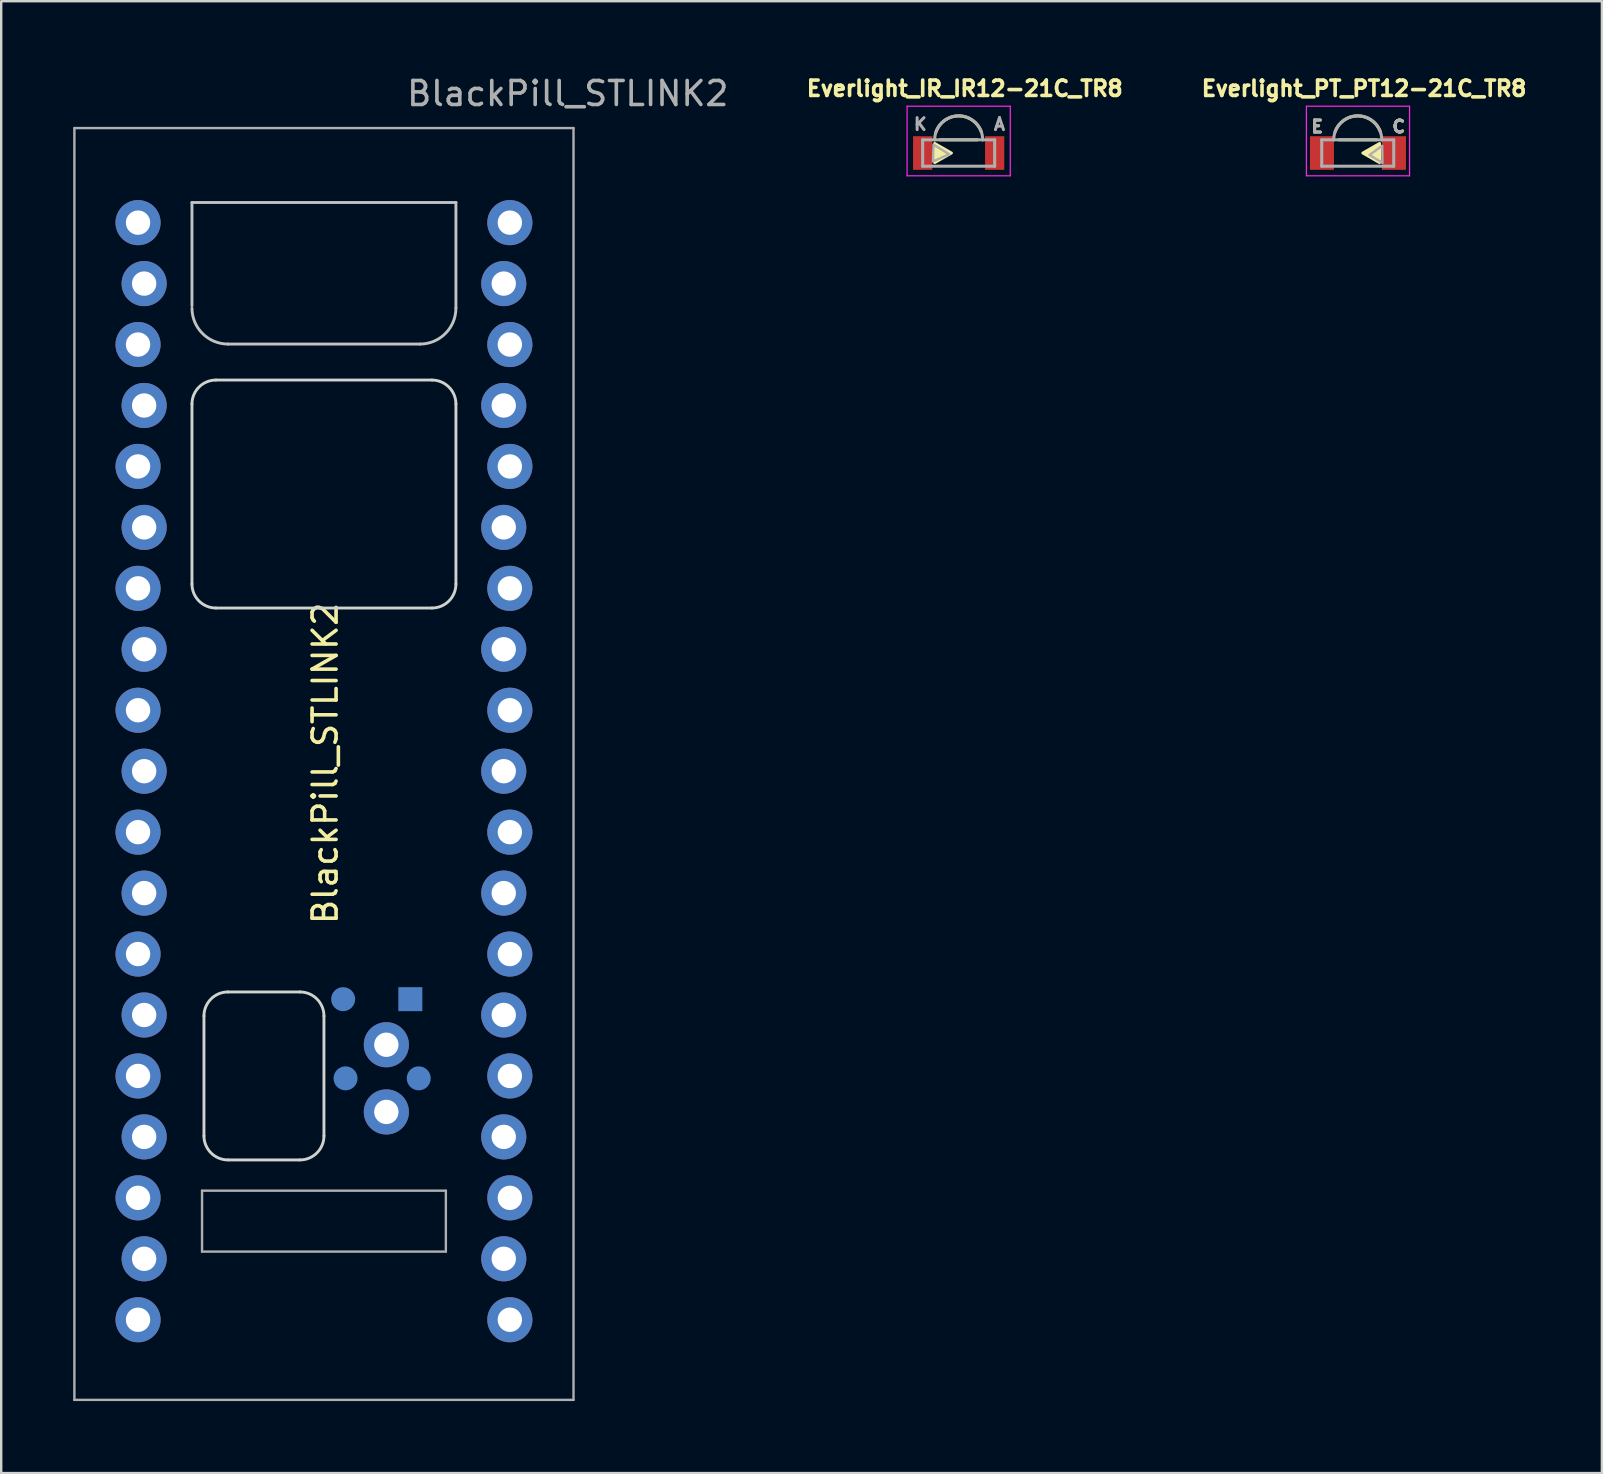
<source format=kicad_pcb>
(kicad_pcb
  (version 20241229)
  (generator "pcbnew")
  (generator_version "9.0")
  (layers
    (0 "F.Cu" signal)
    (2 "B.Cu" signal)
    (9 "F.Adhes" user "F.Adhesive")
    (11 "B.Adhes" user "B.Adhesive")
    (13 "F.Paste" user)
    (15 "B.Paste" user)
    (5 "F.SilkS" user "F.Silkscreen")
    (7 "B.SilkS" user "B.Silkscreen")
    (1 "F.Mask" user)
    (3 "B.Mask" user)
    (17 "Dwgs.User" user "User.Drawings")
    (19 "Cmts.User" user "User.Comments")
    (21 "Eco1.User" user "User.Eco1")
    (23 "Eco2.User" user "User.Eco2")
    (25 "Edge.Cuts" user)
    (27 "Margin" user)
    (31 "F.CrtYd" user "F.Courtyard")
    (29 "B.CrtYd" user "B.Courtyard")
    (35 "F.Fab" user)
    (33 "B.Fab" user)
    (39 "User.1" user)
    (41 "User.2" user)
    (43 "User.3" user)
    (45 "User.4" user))
  (footprint "Everlight_PT_PT12-21C_TR8"
    (layer "F.Cu")
    (at 53.541 3.327)
    (property "Reference" "Everlight_PT_PT12-21C_TR8" (at 0.253 -2.689 0) (layer "F.SilkS") (effects (font (size 0.64 0.64) (thickness 0.15))))
    (attr through_hole)
    (fp_line (start 0.77 -0.55) (end -0.79 -0.55) (stroke (width 0.127) (type solid)) (layer "F.SilkS"))
    (fp_arc (start -0.955 -0.88) (mid -0.01 -1.54786) (end 0.935 -0.88) (stroke (width 0.127) (type solid)) (layer "F.SilkS"))
    (fp_poly (pts (xy 0.9 0.4) (xy 0.2 0) (xy 0.9 -0.4)) (stroke (width 0.12) (type solid)) (fill yes) (layer "F.SilkS"))
    (fp_line (start -2.15 -1.95) (end -2.15 0.95) (stroke (width 0.05) (type solid)) (layer "F.CrtYd"))
    (fp_line (start -2.15 0.95) (end 2.15 0.95) (stroke (width 0.05) (type solid)) (layer "F.CrtYd"))
    (fp_line (start 2.15 -1.95) (end -2.15 -1.95) (stroke (width 0.05) (type solid)) (layer "F.CrtYd"))
    (fp_line (start 2.15 0.95) (end 2.15 -1.95) (stroke (width 0.05) (type solid)) (layer "F.CrtYd"))
    (fp_line (start -1.51 -0.55) (end -1.51 0.55) (stroke (width 0.127) (type solid)) (layer "F.Fab"))
    (fp_line (start -1.51 0.55) (end 1.49 0.55) (stroke (width 0.127) (type solid)) (layer "F.Fab"))
    (fp_line (start -1.01 -0.55) (end -1.51 -0.55) (stroke (width 0.127) (type solid)) (layer "F.Fab"))
    (fp_line (start 0.99 -0.55) (end -1.01 -0.55) (stroke (width 0.127) (type solid)) (layer "F.Fab"))
    (fp_line (start 1.49 -0.55) (end 0.99 -0.55) (stroke (width 0.127) (type solid)) (layer "F.Fab"))
    (fp_line (start 1.49 0.55) (end 1.49 -0.55) (stroke (width 0.127) (type solid)) (layer "F.Fab"))
    (fp_arc (start -1.01 -0.55) (mid -0.01 -1.55) (end 0.99 -0.55) (stroke (width 0.127) (type solid)) (layer "F.Fab"))
    (fp_poly (pts (xy 0.48 0.08) (xy 1.02 0.41) (xy 1.01 -0.3)) (stroke (width 0.1) (type solid)) (fill no) (layer "F.Fab"))
    (fp_text user "C" (at 1.7 -1.1 0) (unlocked yes) (layer "F.SilkS") (effects (font (size 0.5 0.5) (thickness 0.125))))
    (fp_text user "E" (at -1.7 -1.1 0) (unlocked yes) (layer "F.SilkS") (effects (font (size 0.5 0.5) (thickness 0.125))))
    (fp_text user "E" (at -1.7 -1.1 0) (unlocked yes) (layer "F.Fab") (effects (font (size 0.5 0.5) (thickness 0.125))))
    (fp_text user "C" (at 1.7 -1.1 0) (unlocked yes) (layer "F.Fab") (effects (font (size 0.5 0.5) (thickness 0.125))))
    (pad "1" smd rect (at 1.5 0) (size 1 1.4) (layers "F.Cu" "F.Mask" "F.Paste"))
    (pad "2" smd rect (at -1.5 0) (size 1 1.4) (layers "F.Cu" "F.Mask" "F.Paste")))
  (footprint "Everlight_IR_IR12-21C_TR8"
    (layer "F.Cu")
    (at 36.901 3.327)
    (property "Reference" "Everlight_IR_IR12-21C_TR8" (at 0.253 -2.689 0) (layer "F.SilkS") (effects (font (size 0.64 0.64) (thickness 0.15))))
    (attr through_hole)
    (fp_line (start 0.78 -0.55) (end -0.78 -0.55) (stroke (width 0.127) (type solid)) (layer "F.SilkS"))
    (fp_arc (start -0.945 -0.88) (mid 0 -1.54786) (end 0.945 -0.88) (stroke (width 0.127) (type solid)) (layer "F.SilkS"))
    (fp_poly (pts (xy -0.3 0) (xy -1 0.4) (xy -1 -0.4)) (stroke (width 0.12) (type solid)) (fill yes) (layer "F.SilkS"))
    (fp_line (start -2.15 -1.95) (end -2.15 0.95) (stroke (width 0.05) (type solid)) (layer "F.CrtYd"))
    (fp_line (start -2.15 0.95) (end 2.15 0.95) (stroke (width 0.05) (type solid)) (layer "F.CrtYd"))
    (fp_line (start 2.15 -1.95) (end -2.15 -1.95) (stroke (width 0.05) (type solid)) (layer "F.CrtYd"))
    (fp_line (start 2.15 0.95) (end 2.15 -1.95) (stroke (width 0.05) (type solid)) (layer "F.CrtYd"))
    (fp_line (start -1.5 -0.55) (end -1.5 0.55) (stroke (width 0.127) (type solid)) (layer "F.Fab"))
    (fp_line (start -1.5 0.55) (end 1.5 0.55) (stroke (width 0.127) (type solid)) (layer "F.Fab"))
    (fp_line (start -1 -0.55) (end -1.5 -0.55) (stroke (width 0.127) (type solid)) (layer "F.Fab"))
    (fp_line (start 1 -0.55) (end -1 -0.55) (stroke (width 0.127) (type solid)) (layer "F.Fab"))
    (fp_line (start 1.5 -0.55) (end 1 -0.55) (stroke (width 0.127) (type solid)) (layer "F.Fab"))
    (fp_line (start 1.5 0.55) (end 1.5 -0.55) (stroke (width 0.127) (type solid)) (layer "F.Fab"))
    (fp_arc (start -1 -0.55) (mid 0 -1.55) (end 1 -0.55) (stroke (width 0.127) (type solid)) (layer "F.Fab"))
    (fp_poly (pts (xy -1.07 0.35) (xy -0.4 0.05) (xy -1.05 -0.35)) (stroke (width 0.1) (type solid)) (fill no) (layer "F.Fab"))
    (fp_text user "A" (at 1.7 -1.2 0) (unlocked yes) (layer "F.Fab") (effects (font (size 0.5 0.5) (thickness 0.125))))
    (fp_text user "K" (at -1.6 -1.2 0) (unlocked yes) (layer "F.Fab") (effects (font (size 0.5 0.5) (thickness 0.125))))
    (pad "1" smd rect (at -1.5 0) (size 0.8 1.4) (layers "F.Cu" "F.Mask" "F.Paste"))
    (pad "2" smd rect (at 1.5 0) (size 0.8 1.4) (layers "F.Cu" "F.Mask" "F.Paste")))
  (footprint "BlackPill_STLINK2"
    (layer "F.Cu")
    (at 10.45 28.788)
    (property "Reference" "BlackPill_STLINK2" (at 0.05 -0.025 90) (layer "F.SilkS") (effects (font (size 1 1) (thickness 0.15))))
    (attr through_hole)
    (fp_line (start -5.5 -19.1) (end -5.5 -23.4) (stroke (width 0.12) (type solid)) (layer "Dwgs.User"))
    (fp_line (start -4 -17.5) (end 4 -17.5) (stroke (width 0.12) (type solid)) (layer "Dwgs.User"))
    (fp_line (start 5.5 -23.4) (end -5.5 -23.4) (stroke (width 0.12) (type solid)) (layer "Dwgs.User"))
    (fp_line (start 5.5 -19) (end 5.5 -23.4) (stroke (width 0.12) (type solid)) (layer "Dwgs.User"))
    (fp_arc (start -4 -17.5) (mid -5.06066 -17.93934) (end -5.5 -19) (stroke (width 0.12) (type solid)) (layer "Dwgs.User"))
    (fp_arc (start 5.5 -19) (mid 5.06066 -17.93934) (end 4 -17.5) (stroke (width 0.12) (type solid)) (layer "Dwgs.User"))
    (fp_line (start -5.5 -7.5) (end -5.5 -15) (stroke (width 0.12) (type solid)) (layer "Edge.Cuts"))
    (fp_line (start -5 15.5) (end -5 10.5) (stroke (width 0.12) (type solid)) (layer "Edge.Cuts"))
    (fp_line (start -4.5 -16) (end 4.5 -16) (stroke (width 0.12) (type solid)) (layer "Edge.Cuts"))
    (fp_line (start -4 9.5) (end -1 9.5) (stroke (width 0.12) (type solid)) (layer "Edge.Cuts"))
    (fp_line (start -1 16.5) (end -4 16.5) (stroke (width 0.12) (type solid)) (layer "Edge.Cuts"))
    (fp_line (start 0 10.5) (end 0 15.5) (stroke (width 0.12) (type solid)) (layer "Edge.Cuts"))
    (fp_line (start 4.5 -6.5) (end -4.5 -6.5) (stroke (width 0.12) (type solid)) (layer "Edge.Cuts"))
    (fp_line (start 5.5 -15) (end 5.5 -7.5) (stroke (width 0.12) (type solid)) (layer "Edge.Cuts"))
    (fp_arc (start -5.5 -15) (mid -5.207107 -15.707107) (end -4.5 -16) (stroke (width 0.12) (type solid)) (layer "Edge.Cuts"))
    (fp_arc (start -5 10.5) (mid -4.707107 9.792893) (end -4 9.5) (stroke (width 0.12) (type solid)) (layer "Edge.Cuts"))
    (fp_arc (start -4.5 -6.5) (mid -5.207107 -6.792893) (end -5.5 -7.5) (stroke (width 0.12) (type solid)) (layer "Edge.Cuts"))
    (fp_arc (start -4 16.5) (mid -4.707107 16.207107) (end -5 15.5) (stroke (width 0.12) (type solid)) (layer "Edge.Cuts"))
    (fp_arc (start -1 9.5) (mid -0.292893 9.792893) (end 0 10.5) (stroke (width 0.12) (type solid)) (layer "Edge.Cuts"))
    (fp_arc (start 0 15.5) (mid -0.292893 16.207107) (end -1 16.5) (stroke (width 0.12) (type solid)) (layer "Edge.Cuts"))
    (fp_arc (start 4.5 -16) (mid 5.207107 -15.707107) (end 5.5 -15) (stroke (width 0.12) (type solid)) (layer "Edge.Cuts"))
    (fp_arc (start 5.5 -7.5) (mid 5.207107 -6.792893) (end 4.5 -6.5) (stroke (width 0.12) (type solid)) (layer "Edge.Cuts"))
    (fp_line (start -10.4 -26.5) (end -10.4 26.5) (stroke (width 0.1) (type solid)) (layer "F.Fab"))
    (fp_line (start -10.4 26.5) (end 10.4 26.5) (stroke (width 0.1) (type solid)) (layer "F.Fab"))
    (fp_line (start -5.08 17.78) (end 5.08 17.78) (stroke (width 0.1) (type solid)) (layer "F.Fab"))
    (fp_line (start -5.08 20.32) (end -5.08 17.78) (stroke (width 0.1) (type solid)) (layer "F.Fab"))
    (fp_line (start 5.08 17.78) (end 5.08 20.32) (stroke (width 0.1) (type solid)) (layer "F.Fab"))
    (fp_line (start 5.08 20.32) (end -5.08 20.32) (stroke (width 0.1) (type solid)) (layer "F.Fab"))
    (fp_line (start 10.4 -26.5) (end -10.4 -26.5) (stroke (width 0.1) (type solid)) (layer "F.Fab"))
    (fp_line (start 10.4 26.5) (end 10.4 -26.5) (stroke (width 0.1) (type solid)) (layer "F.Fab"))
    (fp_text user "${REFERENCE}" (at 10.16 -27.94 180) (layer "F.Fab") (effects (font (size 1 1) (thickness 0.15))))
    (pad "1" thru_hole circle (at 2.6 11.7 270) (size 1.88 1.88) (drill 1.016) (layers "*.Cu" "*.Mask"))
    (pad "2" thru_hole circle (at -7.747 -22.56 270) (size 1.88 1.88) (drill 1.016) (layers "*.Cu" "*.Mask"))
    (pad "3" thru_hole circle (at -7.493 -20.02 270) (size 1.88 1.88) (drill 1.016) (layers "*.Cu" "*.Mask"))
    (pad "4" thru_hole circle (at -7.747 -17.48 270) (size 1.88 1.88) (drill 1.016) (layers "*.Cu" "*.Mask"))
    (pad "5" thru_hole circle (at -7.493 -14.94 270) (size 1.88 1.88) (drill 1.016) (layers "*.Cu" "*.Mask"))
    (pad "6" thru_hole circle (at -7.747 -12.4 270) (size 1.88 1.88) (drill 1.016) (layers "*.Cu" "*.Mask"))
    (pad "7" thru_hole circle (at -7.493 -9.86 270) (size 1.88 1.88) (drill 1.016) (layers "*.Cu" "*.Mask"))
    (pad "8" thru_hole circle (at -7.747 -7.32 270) (size 1.88 1.88) (drill 1.016) (layers "*.Cu" "*.Mask"))
    (pad "9" thru_hole circle (at -7.493 -4.78 270) (size 1.88 1.88) (drill 1.016) (layers "*.Cu" "*.Mask"))
    (pad "10" thru_hole circle (at -7.747 -2.24 270) (size 1.88 1.88) (drill 1.016) (layers "*.Cu" "*.Mask"))
    (pad "11" thru_hole circle (at -7.493 0.3 270) (size 1.88 1.88) (drill 1.016) (layers "*.Cu" "*.Mask"))
    (pad "12" thru_hole circle (at -7.747 2.84 270) (size 1.88 1.88) (drill 1.016) (layers "*.Cu" "*.Mask"))
    (pad "13" thru_hole circle (at -7.493 5.38 270) (size 1.88 1.88) (drill 1.016) (layers "*.Cu" "*.Mask"))
    (pad "14" thru_hole circle (at -7.747 7.92 270) (size 1.88 1.88) (drill 1.016) (layers "*.Cu" "*.Mask"))
    (pad "15" thru_hole circle (at -7.493 10.46 270) (size 1.88 1.88) (drill 1.016) (layers "*.Cu" "*.Mask"))
    (pad "16" thru_hole circle (at -7.747 13 270) (size 1.88 1.88) (drill 1.016) (layers "*.Cu" "*.Mask"))
    (pad "17" thru_hole circle (at -7.493 15.54 270) (size 1.88 1.88) (drill 1.016) (layers "*.Cu" "*.Mask"))
    (pad "18" thru_hole circle (at -7.747 18.08 270) (size 1.88 1.88) (drill 1.016) (layers "*.Cu" "*.Mask"))
    (pad "19" thru_hole circle (at -7.493 20.62 270) (size 1.88 1.88) (drill 1.016) (layers "*.Cu" "*.Mask"))
    (pad "20" thru_hole circle (at -7.747 23.16 270) (size 1.88 1.88) (drill 1.016) (layers "*.Cu" "*.Mask"))
    (pad "21" thru_hole circle (at 7.747 23.16 90) (size 1.88 1.88) (drill 1.016) (layers "*.Cu" "*.Mask"))
    (pad "22" thru_hole circle (at 7.493 20.62 90) (size 1.88 1.88) (drill 1.016) (layers "*.Cu" "*.Mask"))
    (pad "23" thru_hole circle (at 7.747 18.08 90) (size 1.88 1.88) (drill 1.016) (layers "*.Cu" "*.Mask"))
    (pad "24" thru_hole circle (at 7.493 15.54 90) (size 1.88 1.88) (drill 1.016) (layers "*.Cu" "*.Mask"))
    (pad "25" thru_hole circle (at 7.747 13 90) (size 1.88 1.88) (drill 1.016) (layers "*.Cu" "*.Mask"))
    (pad "26" thru_hole circle (at 7.493 10.46 90) (size 1.88 1.88) (drill 1.016) (layers "*.Cu" "*.Mask"))
    (pad "27" thru_hole circle (at 7.747 7.92 90) (size 1.88 1.88) (drill 1.016) (layers "*.Cu" "*.Mask"))
    (pad "28" thru_hole circle (at 7.493 5.38 90) (size 1.88 1.88) (drill 1.016) (layers "*.Cu" "*.Mask"))
    (pad "29" thru_hole circle (at 7.747 2.84 90) (size 1.88 1.88) (drill 1.016) (layers "*.Cu" "*.Mask"))
    (pad "30" thru_hole circle (at 7.493 0.3 90) (size 1.88 1.88) (drill 1.016) (layers "*.Cu" "*.Mask"))
    (pad "31" thru_hole circle (at 7.747 -2.24 90) (size 1.88 1.88) (drill 1.016) (layers "*.Cu" "*.Mask"))
    (pad "32" thru_hole circle (at 7.493 -4.78 90) (size 1.88 1.88) (drill 1.016) (layers "*.Cu" "*.Mask"))
    (pad "33" thru_hole circle (at 7.747 -7.32 90) (size 1.88 1.88) (drill 1.016) (layers "*.Cu" "*.Mask"))
    (pad "34" thru_hole circle (at 7.493 -9.86 90) (size 1.88 1.88) (drill 1.016) (layers "*.Cu" "*.Mask"))
    (pad "35" thru_hole circle (at 7.747 -12.4 90) (size 1.88 1.88) (drill 1.016) (layers "*.Cu" "*.Mask"))
    (pad "36" thru_hole circle (at 7.493 -14.94 90) (size 1.88 1.88) (drill 1.016) (layers "*.Cu" "*.Mask"))
    (pad "37" thru_hole circle (at 7.747 -17.48 90) (size 1.88 1.88) (drill 1.016) (layers "*.Cu" "*.Mask"))
    (pad "38" thru_hole circle (at 7.493 -20.02 90) (size 1.88 1.88) (drill 1.016) (layers "*.Cu" "*.Mask"))
    (pad "39" thru_hole circle (at 7.747 -22.56 90) (size 1.88 1.88) (drill 1.016) (layers "*.Cu" "*.Mask"))
    (pad "40" thru_hole circle (at 2.6 14.5 90) (size 1.88 1.88) (drill 1.016) (layers "*.Cu" "*.Mask"))
    (pad "41" smd rect (at 3.6 9.8 90) (size 1 1) (layers "B.Cu" "B.Mask" "B.Paste"))
    (pad "42" smd circle (at 3.95 13.1 90) (size 1 1) (layers "B.Cu" "B.Mask" "B.Paste"))
    (pad "43" smd circle (at 0.8 9.8 90) (size 1 1) (layers "B.Cu" "B.Mask" "B.Paste"))
    (pad "44" smd circle (at 0.9 13.1 90) (size 1 1) (layers "B.Cu" "B.Mask" "B.Paste")))
  (gr_rect
    (start -3 -3)
    (end 63.706 58.338)
    (stroke (width 0.1) (type default))
    (fill no)
    (layer "Edge.Cuts")))
</source>
